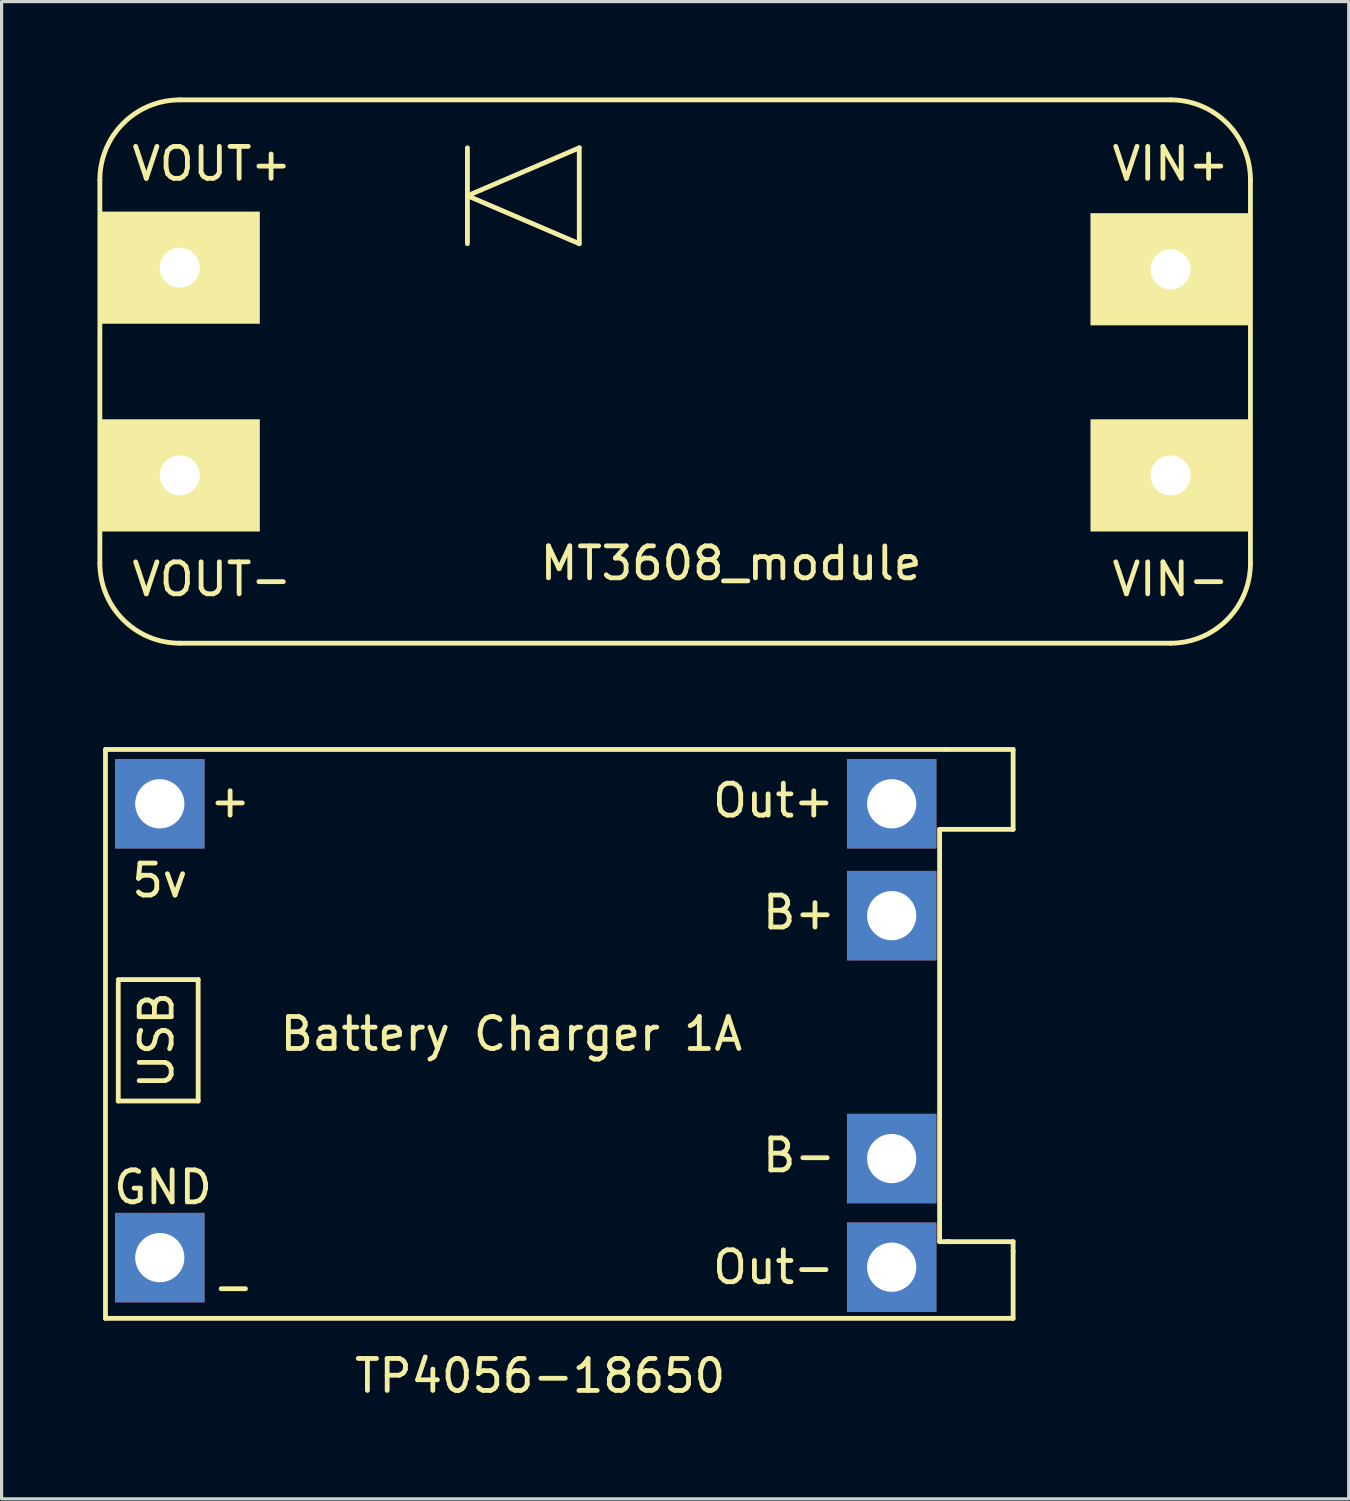
<source format=kicad_pcb>
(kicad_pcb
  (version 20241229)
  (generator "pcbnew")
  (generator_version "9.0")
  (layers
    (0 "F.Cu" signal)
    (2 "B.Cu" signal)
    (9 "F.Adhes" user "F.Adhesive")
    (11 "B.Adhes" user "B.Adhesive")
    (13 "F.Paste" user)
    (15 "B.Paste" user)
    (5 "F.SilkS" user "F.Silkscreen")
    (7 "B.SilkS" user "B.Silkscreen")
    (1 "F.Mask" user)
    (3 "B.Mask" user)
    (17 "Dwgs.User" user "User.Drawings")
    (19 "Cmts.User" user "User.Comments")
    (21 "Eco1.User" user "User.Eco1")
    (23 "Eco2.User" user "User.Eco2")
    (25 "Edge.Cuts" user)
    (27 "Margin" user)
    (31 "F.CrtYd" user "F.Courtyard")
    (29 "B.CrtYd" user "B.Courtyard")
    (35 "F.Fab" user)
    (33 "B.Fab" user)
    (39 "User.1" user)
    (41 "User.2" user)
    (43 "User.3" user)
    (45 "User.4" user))
  (footprint "TP4056-18650"
    (layer "F.Cu")
    (at 0.25 20.4)
    (property "Reference" "TP4056-18650" (at 13.6 19.6 0) (layer "F.SilkS") (effects (font (size 1 1) (thickness 0.15))))
    (attr through_hole)
    (fp_line (start 0 0) (end 26.3 0) (stroke (width 0.15) (type solid)) (layer "F.SilkS"))
    (fp_line (start 0 17.8) (end 0 0) (stroke (width 0.15) (type solid)) (layer "F.SilkS"))
    (fp_line (start 0.4 7.2) (end 2.9 7.2) (stroke (width 0.15) (type solid)) (layer "F.SilkS"))
    (fp_line (start 0.4 11) (end 0.4 7.3) (stroke (width 0.15) (type solid)) (layer "F.SilkS"))
    (fp_line (start 2.9 7.2) (end 2.9 11) (stroke (width 0.15) (type solid)) (layer "F.SilkS"))
    (fp_line (start 2.9 11) (end 0.4 11) (stroke (width 0.15) (type solid)) (layer "F.SilkS"))
    (fp_line (start 26.1 2.5) (end 26.1 15.4) (stroke (width 0.15) (type solid)) (layer "F.SilkS"))
    (fp_line (start 26.1 15.4) (end 26.4 15.4) (stroke (width 0.15) (type solid)) (layer "F.SilkS"))
    (fp_line (start 26.3 0) (end 28.4 0) (stroke (width 0.15) (type solid)) (layer "F.SilkS"))
    (fp_line (start 26.3 15.4) (end 28.4 15.4) (stroke (width 0.15) (type solid)) (layer "F.SilkS"))
    (fp_line (start 28.4 0) (end 28.4 2.5) (stroke (width 0.15) (type solid)) (layer "F.SilkS"))
    (fp_line (start 28.4 2.5) (end 26.1 2.5) (stroke (width 0.15) (type solid)) (layer "F.SilkS"))
    (fp_line (start 28.4 15.4) (end 28.4 15.7) (stroke (width 0.15) (type solid)) (layer "F.SilkS"))
    (fp_line (start 28.4 15.7) (end 28.4 17.8) (stroke (width 0.15) (type solid)) (layer "F.SilkS"))
    (fp_line (start 28.4 17.8) (end 0 17.8) (stroke (width 0.15) (type solid)) (layer "F.SilkS"))
    (fp_text user "B+" (at 21.7 5.1 0) (layer "F.SilkS") (effects (font (size 1 1) (thickness 0.15))))
    (fp_text user "GND" (at 1.8 13.7 0) (layer "F.SilkS") (effects (font (size 1 1) (thickness 0.15))))
    (fp_text user "Battery Charger 1A" (at 12.7 8.9 0) (layer "F.SilkS") (effects (font (size 1 1) (thickness 0.15))))
    (fp_text user "+" (at 3.9 1.6 0) (layer "F.SilkS") (effects (font (size 1 1) (thickness 0.15))))
    (fp_text user "USB" (at 1.6 9.1 90) (layer "F.SilkS") (effects (font (size 1 1) (thickness 0.15))))
    (fp_text user "Out-" (at 20.9 16.2 0) (layer "F.SilkS") (effects (font (size 1 1) (thickness 0.15))))
    (fp_text user "B-" (at 21.7 12.7 0) (layer "F.SilkS") (effects (font (size 1 1) (thickness 0.15))))
    (fp_text user "5v" (at 1.7 4.1 0) (layer "F.SilkS") (effects (font (size 1 1) (thickness 0.15))))
    (fp_text user "Out+" (at 20.9 1.6 0) (layer "F.SilkS") (effects (font (size 1 1) (thickness 0.15))))
    (fp_text user "-" (at 4 16.8 0) (layer "F.SilkS") (effects (font (size 1 1) (thickness 0.15))))
    (pad "1" thru_hole rect (at 1.7 1.7) (size 2.8 2.8) (drill 1.54) (layers "*.Cu" "*.Mask"))
    (pad "2" thru_hole rect (at 1.7 15.9) (size 2.8 2.8) (drill 1.54) (layers "*.Cu" "*.Mask"))
    (pad "3" thru_hole rect (at 24.6 1.7) (size 2.8 2.8) (drill 1.54) (layers "*.Cu" "*.Mask"))
    (pad "4" thru_hole rect (at 24.6 16.2) (size 2.8 2.8) (drill 1.54) (layers "*.Cu" "*.Mask"))
    (pad "5" thru_hole rect (at 24.6 5.2) (size 2.8 2.8) (drill 1.54) (layers "*.Cu" "*.Mask"))
    (pad "6" thru_hole rect (at 24.6 12.8) (size 2.8 2.8) (drill 1.54) (layers "*.Cu" "*.Mask")))
  (footprint "MT3608_module"
    (layer "F.Cu")
    (at 19.575 8.575)
    (property "Reference" "MT3608_module" (at 0.25 6 180) (layer "F.SilkS") (effects (font (size 1 1) (thickness 0.15))))
    (attr through_hole)
    (fp_line (start -19.5 -6) (end -19.5 6) (stroke (width 0.15) (type solid)) (layer "F.SilkS"))
    (fp_line (start -17 8.5) (end 14 8.5) (stroke (width 0.15) (type solid)) (layer "F.SilkS"))
    (fp_line (start -8 -7) (end -8 -4) (stroke (width 0.15) (type solid)) (layer "F.SilkS"))
    (fp_line (start -8 -5.5) (end -4.5 -7) (stroke (width 0.15) (type solid)) (layer "F.SilkS"))
    (fp_line (start -4.5 -7) (end -4.5 -4) (stroke (width 0.15) (type solid)) (layer "F.SilkS"))
    (fp_line (start -4.5 -4) (end -8 -5.5) (stroke (width 0.15) (type solid)) (layer "F.SilkS"))
    (fp_line (start 14 -8.5) (end -17 -8.5) (stroke (width 0.15) (type solid)) (layer "F.SilkS"))
    (fp_line (start 16.5 6) (end 16.5 -6) (stroke (width 0.15) (type solid)) (layer "F.SilkS"))
    (fp_arc (start -19.5 -6) (mid -18.767767 -7.767767) (end -17 -8.5) (stroke (width 0.15) (type solid)) (layer "F.SilkS"))
    (fp_arc (start -17 8.5) (mid -18.767767 7.767767) (end -19.5 6) (stroke (width 0.15) (type solid)) (layer "F.SilkS"))
    (fp_arc (start 14 -8.5) (mid 15.767767 -7.767767) (end 16.5 -6) (stroke (width 0.15) (type solid)) (layer "F.SilkS"))
    (fp_arc (start 16.5 6) (mid 15.767767 7.767767) (end 14 8.5) (stroke (width 0.15) (type solid)) (layer "F.SilkS"))
    (fp_text user "VOUT+" (at -16 -6.5 0) (layer "F.SilkS") (effects (font (size 1 1) (thickness 0.15))))
    (fp_text user "VIN+" (at 14 -6.5 0) (layer "F.SilkS") (effects (font (size 1 1) (thickness 0.15))))
    (fp_text user "VIN-" (at 14 6.5 0) (layer "F.SilkS") (effects (font (size 1 1) (thickness 0.15))))
    (fp_text user "VOUT-" (at -16 6.5 0) (layer "F.SilkS") (effects (font (size 1 1) (thickness 0.15))))
    (pad "1" thru_hole rect (at 14 -3.2 180) (size 5 3.5) (drill 1.25) (layers "*.Cu" "*.Mask" "F.SilkS"))
    (pad "2" thru_hole rect (at 14 3.25 180) (size 5 3.5) (drill 1.25) (layers "*.Cu" "*.Mask" "F.SilkS"))
    (pad "3" thru_hole rect (at -17 3.25 180) (size 5 3.5) (drill 1.25) (layers "*.Cu" "*.Mask" "F.SilkS"))
    (pad "4" thru_hole rect (at -17 -3.25 180) (size 5 3.5) (drill 1.25) (layers "*.Cu" "*.Mask" "F.SilkS")))
  (gr_rect
    (start -3 -3)
    (end 39.15 43.848)
    (stroke (width 0.1) (type default))
    (fill no)
    (layer "Edge.Cuts")))
</source>
